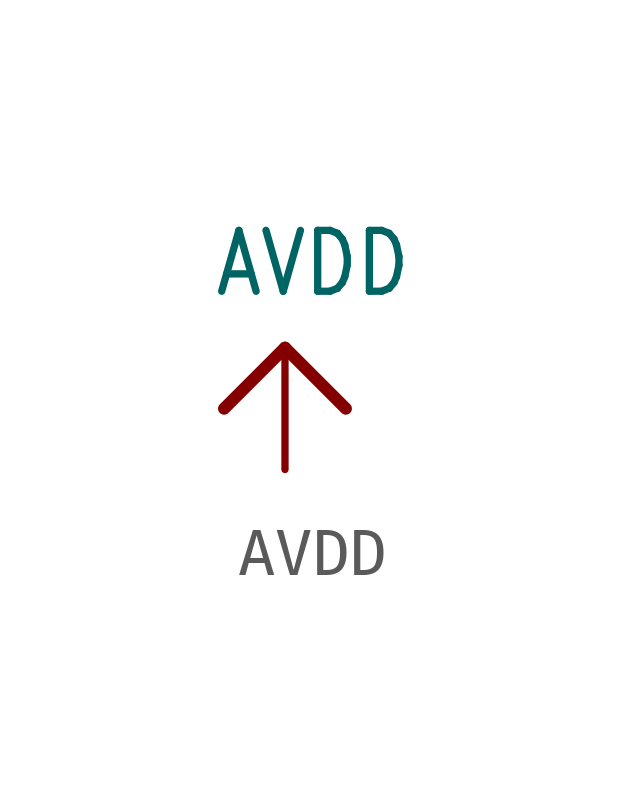
<source format=kicad_sym>
(kicad_symbol_lib
  (version 20211014)
  (generator kicad_symbol_editor)
  (symbol "AVDD"
    (power)
    (property "Reference" ""
      (at 0 0 0)
      (effects (font (size 1.27 1.27)) hide))
    (property "Value" "AVDD"
      (at -1.524 1.016 0)
      (effects (font (size 1.27 1.079)) (justify left bottom)))
    (property "ki_locked" ""
      (at 0 0 0)
      (effects (font (size 1.27 1.27))))
    (symbol "AVDD_1_0"
      (polyline (pts (xy -1.27 -1.27) (xy 0 0)) (stroke (width 0.254) (type default) (color 0 0 0 0)) (fill (type none)))
      (polyline (pts (xy 0 0) (xy 1.27 -1.27)) (stroke (width 0.254) (type default) (color 0 0 0 0)) (fill (type none)))
      (pin power_in line (at 0 -2.54 90) (length 2.54) (name "AVDD" (effects (font (size 0 0)))) (number "1" (effects (font (size 0 0))))))))
</source>
